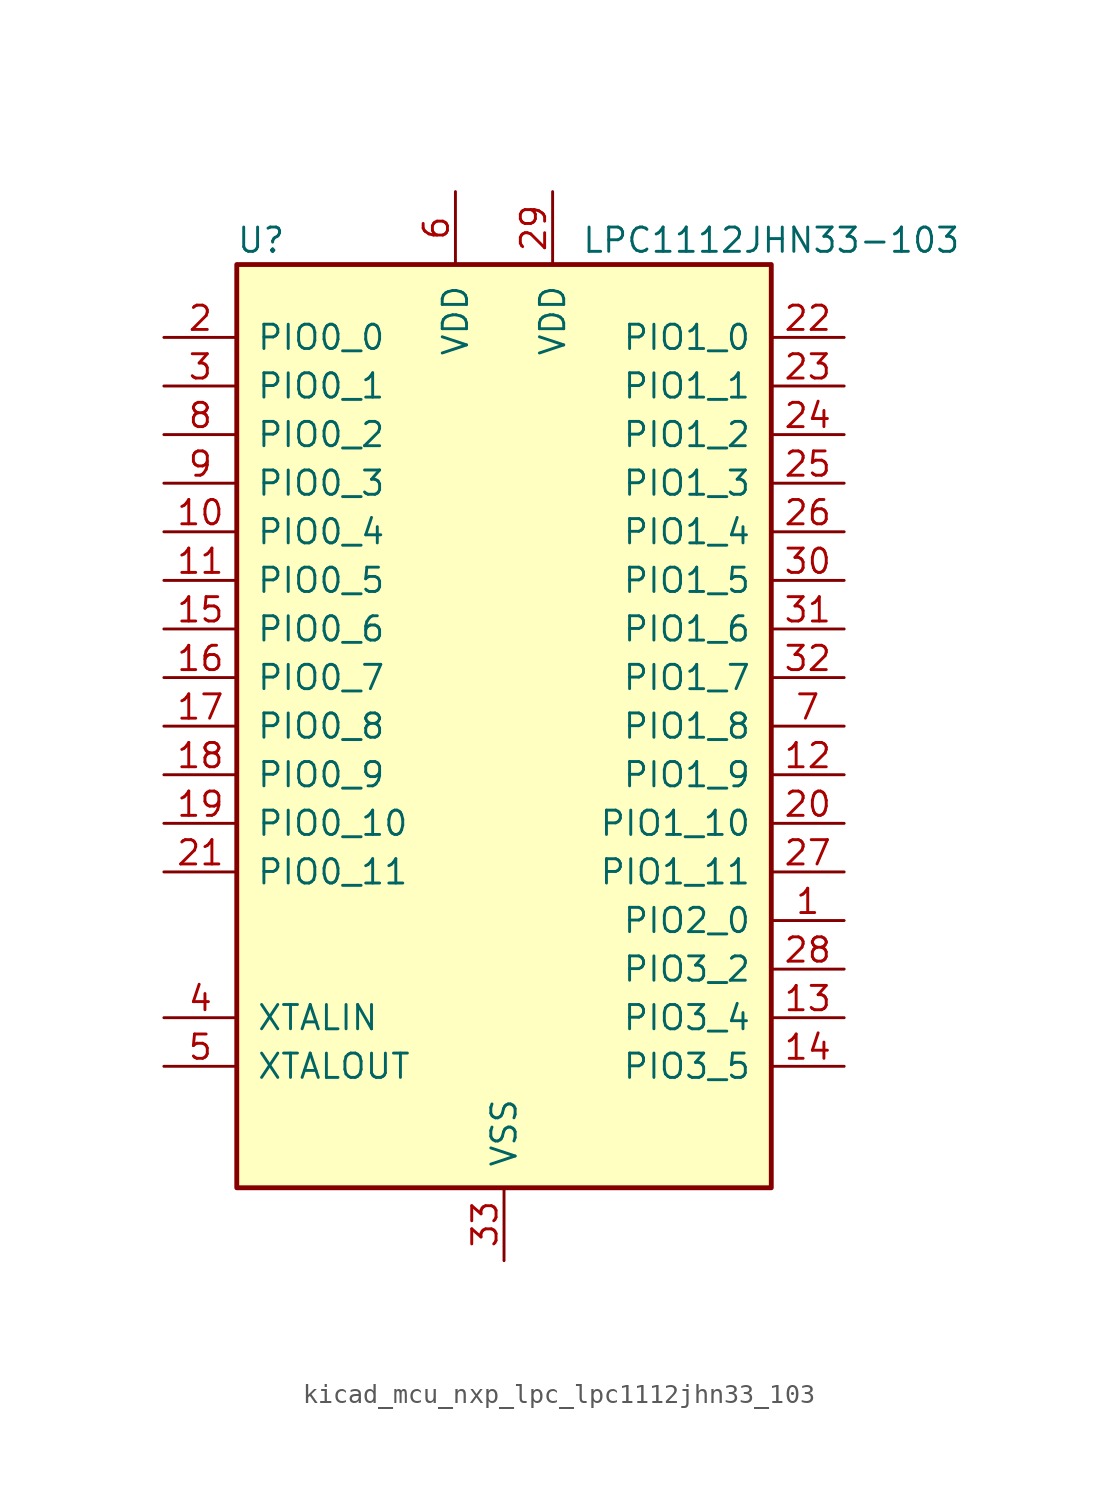
<source format=kicad_sym>
(kicad_symbol_lib
  (version 20220914)
  (generator kicad_symbol_editor)
  (symbol "kicad_mcu_nxp_lpc_lpc1112jhn33_103"
    (pin_names
      (offset 1.016))
    (property "Reference" "U"
      (at -12.7 25.4 0)
      (effects (font (size 1.27 1.27))))
    (property "Value" "LPC1112JHN33-103"
      (at 13.97 25.4 0)
      (effects (font (size 1.27 1.27))))
    (symbol "kicad_mcu_nxp_lpc_lpc1112jhn33_103_0_1"
      (rectangle (start -13.97 24.13) (end 13.97 -24.13) (stroke (width 0.254) (type default)) (fill (type background))))
    (symbol "kicad_mcu_nxp_lpc_lpc1112jhn33_103_1_1"
      (pin bidirectional line (at 17.78 -10.16 180) (length 3.81) (name "PIO2_0" (effects (font (size 1.27 1.27)))) (number "1" (effects (font (size 1.27 1.27)))))
      (pin bidirectional line (at -17.78 10.16 0) (length 3.81) (name "PIO0_4" (effects (font (size 1.27 1.27)))) (number "10" (effects (font (size 1.27 1.27)))))
      (pin bidirectional line (at -17.78 7.62 0) (length 3.81) (name "PIO0_5" (effects (font (size 1.27 1.27)))) (number "11" (effects (font (size 1.27 1.27)))))
      (pin bidirectional line (at 17.78 -2.54 180) (length 3.81) (name "PIO1_9" (effects (font (size 1.27 1.27)))) (number "12" (effects (font (size 1.27 1.27)))))
      (pin bidirectional line (at 17.78 -15.24 180) (length 3.81) (name "PIO3_4" (effects (font (size 1.27 1.27)))) (number "13" (effects (font (size 1.27 1.27)))))
      (pin bidirectional line (at 17.78 -17.78 180) (length 3.81) (name "PIO3_5" (effects (font (size 1.27 1.27)))) (number "14" (effects (font (size 1.27 1.27)))))
      (pin bidirectional line (at -17.78 5.08 0) (length 3.81) (name "PIO0_6" (effects (font (size 1.27 1.27)))) (number "15" (effects (font (size 1.27 1.27)))))
      (pin bidirectional line (at -17.78 2.54 0) (length 3.81) (name "PIO0_7" (effects (font (size 1.27 1.27)))) (number "16" (effects (font (size 1.27 1.27)))))
      (pin bidirectional line (at -17.78 0 0) (length 3.81) (name "PIO0_8" (effects (font (size 1.27 1.27)))) (number "17" (effects (font (size 1.27 1.27)))))
      (pin bidirectional line (at -17.78 -2.54 0) (length 3.81) (name "PIO0_9" (effects (font (size 1.27 1.27)))) (number "18" (effects (font (size 1.27 1.27)))))
      (pin bidirectional line (at -17.78 -5.08 0) (length 3.81) (name "PIO0_10" (effects (font (size 1.27 1.27)))) (number "19" (effects (font (size 1.27 1.27)))))
      (pin bidirectional line (at -17.78 20.32 0) (length 3.81) (name "PIO0_0" (effects (font (size 1.27 1.27)))) (number "2" (effects (font (size 1.27 1.27)))))
      (pin bidirectional line (at 17.78 -5.08 180) (length 3.81) (name "PIO1_10" (effects (font (size 1.27 1.27)))) (number "20" (effects (font (size 1.27 1.27)))))
      (pin bidirectional line (at -17.78 -7.62 0) (length 3.81) (name "PIO0_11" (effects (font (size 1.27 1.27)))) (number "21" (effects (font (size 1.27 1.27)))))
      (pin bidirectional line (at 17.78 20.32 180) (length 3.81) (name "PIO1_0" (effects (font (size 1.27 1.27)))) (number "22" (effects (font (size 1.27 1.27)))))
      (pin bidirectional line (at 17.78 17.78 180) (length 3.81) (name "PIO1_1" (effects (font (size 1.27 1.27)))) (number "23" (effects (font (size 1.27 1.27)))))
      (pin bidirectional line (at 17.78 15.24 180) (length 3.81) (name "PIO1_2" (effects (font (size 1.27 1.27)))) (number "24" (effects (font (size 1.27 1.27)))))
      (pin bidirectional line (at 17.78 12.7 180) (length 3.81) (name "PIO1_3" (effects (font (size 1.27 1.27)))) (number "25" (effects (font (size 1.27 1.27)))))
      (pin bidirectional line (at 17.78 10.16 180) (length 3.81) (name "PIO1_4" (effects (font (size 1.27 1.27)))) (number "26" (effects (font (size 1.27 1.27)))))
      (pin bidirectional line (at 17.78 -7.62 180) (length 3.81) (name "PIO1_11" (effects (font (size 1.27 1.27)))) (number "27" (effects (font (size 1.27 1.27)))))
      (pin bidirectional line (at 17.78 -12.7 180) (length 3.81) (name "PIO3_2" (effects (font (size 1.27 1.27)))) (number "28" (effects (font (size 1.27 1.27)))))
      (pin power_in line (at 2.54 27.94 270) (length 3.81) (name "VDD" (effects (font (size 1.27 1.27)))) (number "29" (effects (font (size 1.27 1.27)))))
      (pin bidirectional line (at -17.78 17.78 0) (length 3.81) (name "PIO0_1" (effects (font (size 1.27 1.27)))) (number "3" (effects (font (size 1.27 1.27)))))
      (pin bidirectional line (at 17.78 7.62 180) (length 3.81) (name "PIO1_5" (effects (font (size 1.27 1.27)))) (number "30" (effects (font (size 1.27 1.27)))))
      (pin bidirectional line (at 17.78 5.08 180) (length 3.81) (name "PIO1_6" (effects (font (size 1.27 1.27)))) (number "31" (effects (font (size 1.27 1.27)))))
      (pin bidirectional line (at 17.78 2.54 180) (length 3.81) (name "PIO1_7" (effects (font (size 1.27 1.27)))) (number "32" (effects (font (size 1.27 1.27)))))
      (pin power_in line (at 0 -27.94 90) (length 3.81) (name "VSS" (effects (font (size 1.27 1.27)))) (number "33" (effects (font (size 1.27 1.27)))))
      (pin input line (at -17.78 -15.24 0) (length 3.81) (name "XTALIN" (effects (font (size 1.27 1.27)))) (number "4" (effects (font (size 1.27 1.27)))))
      (pin output line (at -17.78 -17.78 0) (length 3.81) (name "XTALOUT" (effects (font (size 1.27 1.27)))) (number "5" (effects (font (size 1.27 1.27)))))
      (pin power_in line (at -2.54 27.94 270) (length 3.81) (name "VDD" (effects (font (size 1.27 1.27)))) (number "6" (effects (font (size 1.27 1.27)))))
      (pin bidirectional line (at 17.78 0 180) (length 3.81) (name "PIO1_8" (effects (font (size 1.27 1.27)))) (number "7" (effects (font (size 1.27 1.27)))))
      (pin bidirectional line (at -17.78 15.24 0) (length 3.81) (name "PIO0_2" (effects (font (size 1.27 1.27)))) (number "8" (effects (font (size 1.27 1.27)))))
      (pin bidirectional line (at -17.78 12.7 0) (length 3.81) (name "PIO0_3" (effects (font (size 1.27 1.27)))) (number "9" (effects (font (size 1.27 1.27))))))))
</source>
